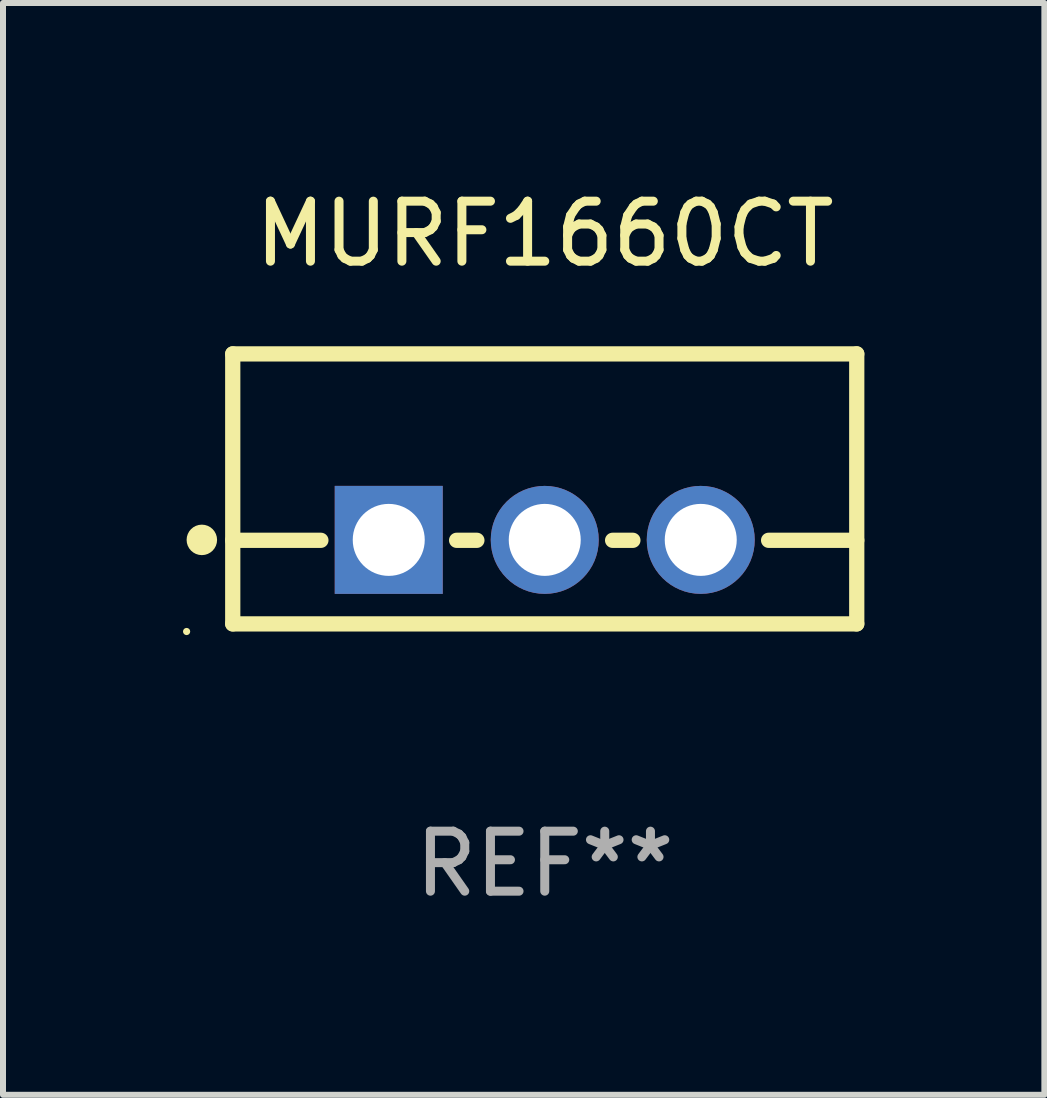
<source format=kicad_pcb>
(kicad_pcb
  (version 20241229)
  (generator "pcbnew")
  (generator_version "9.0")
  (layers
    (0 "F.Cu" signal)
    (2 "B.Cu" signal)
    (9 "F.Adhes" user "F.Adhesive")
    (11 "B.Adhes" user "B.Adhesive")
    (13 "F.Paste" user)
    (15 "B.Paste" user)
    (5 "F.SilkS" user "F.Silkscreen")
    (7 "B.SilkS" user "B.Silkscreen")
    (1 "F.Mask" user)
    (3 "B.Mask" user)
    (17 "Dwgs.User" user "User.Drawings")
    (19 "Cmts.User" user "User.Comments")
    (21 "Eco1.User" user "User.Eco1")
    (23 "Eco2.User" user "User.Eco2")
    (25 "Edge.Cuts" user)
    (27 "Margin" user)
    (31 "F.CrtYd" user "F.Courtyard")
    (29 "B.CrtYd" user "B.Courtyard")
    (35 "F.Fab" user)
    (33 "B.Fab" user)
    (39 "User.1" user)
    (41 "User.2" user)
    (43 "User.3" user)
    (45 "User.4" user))
  (footprint "MURF1660CT"
    (layer "F.Cu")
    (at 6.029 5.098)
    (property "Reference" "MURF1660CT" (at 0 -4.25 0) (layer "F.SilkS") (effects (font (size 1 1) (thickness 0.15))))
    (attr through_hole)
    (fp_line (start -5.2 -2.25) (end -5.2 2.25) (stroke (width 0.254) (type solid)) (layer "F.SilkS"))
    (fp_line (start -5.2 -2.25) (end 5.2 -2.25) (stroke (width 0.254) (type solid)) (layer "F.SilkS"))
    (fp_line (start -5.2 0.857) (end -3.731 0.857) (stroke (width 0.254) (type solid)) (layer "F.SilkS"))
    (fp_line (start -5.2 2.25) (end 5.2 2.25) (stroke (width 0.254) (type solid)) (layer "F.SilkS"))
    (fp_line (start -1.469 0.857) (end -1.131 0.857) (stroke (width 0.254) (type solid)) (layer "F.SilkS"))
    (fp_line (start 1.131 0.857) (end 1.469 0.857) (stroke (width 0.254) (type solid)) (layer "F.SilkS"))
    (fp_line (start 3.731 0.857) (end 5.2 0.857) (stroke (width 0.254) (type solid)) (layer "F.SilkS"))
    (fp_line (start 5.2 -2.25) (end 5.2 2.25) (stroke (width 0.254) (type solid)) (layer "F.SilkS"))
    (fp_circle (center -5.969 2.377) (end -5.939 2.377) (stroke (width 0.06) (type solid)) (fill no) (layer "F.SilkS"))
    (fp_circle (center -5.715 0.85) (end -5.588 0.85) (stroke (width 0.254) (type solid)) (fill no) (layer "F.SilkS"))
    (fp_text user "REF**" (at 0 6.25 0) (layer "F.Fab") (effects (font (size 1 1) (thickness 0.15))))
    (pad "1" thru_hole rect (at -2.6 0.85) (size 1.8 1.8) (drill 1.2) (layers "*.Cu" "*.Mask"))
    (pad "2" thru_hole circle (at 0 0.85) (size 1.8 1.8) (drill 1.2) (layers "*.Cu" "*.Mask"))
    (pad "3" thru_hole circle (at 2.6 0.85) (size 1.8 1.8) (drill 1.2) (layers "*.Cu" "*.Mask")))
  (gr_rect
    (start -3 -3)
    (end 14.356 15.197)
    (stroke (width 0.1) (type default))
    (fill no)
    (layer "Edge.Cuts")))
</source>
